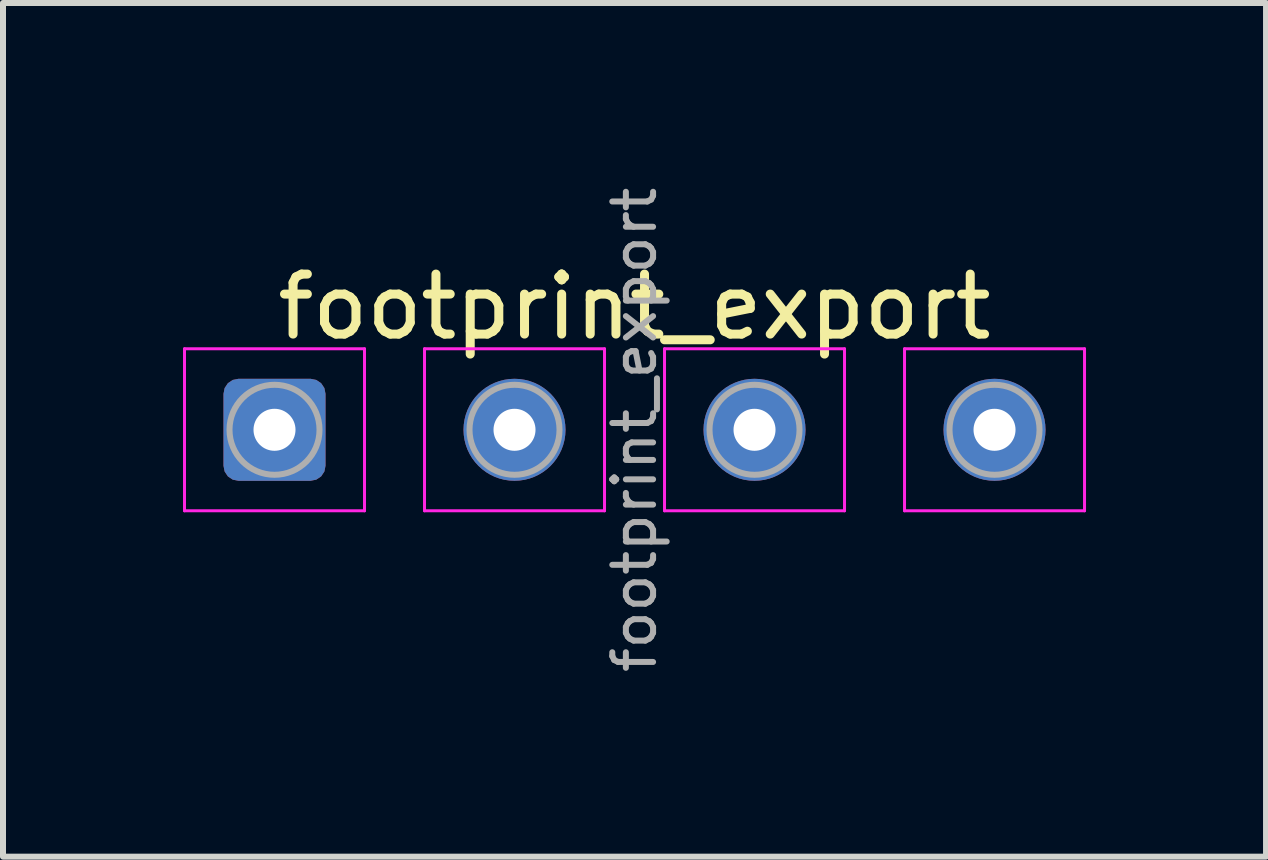
<source format=kicad_pcb>
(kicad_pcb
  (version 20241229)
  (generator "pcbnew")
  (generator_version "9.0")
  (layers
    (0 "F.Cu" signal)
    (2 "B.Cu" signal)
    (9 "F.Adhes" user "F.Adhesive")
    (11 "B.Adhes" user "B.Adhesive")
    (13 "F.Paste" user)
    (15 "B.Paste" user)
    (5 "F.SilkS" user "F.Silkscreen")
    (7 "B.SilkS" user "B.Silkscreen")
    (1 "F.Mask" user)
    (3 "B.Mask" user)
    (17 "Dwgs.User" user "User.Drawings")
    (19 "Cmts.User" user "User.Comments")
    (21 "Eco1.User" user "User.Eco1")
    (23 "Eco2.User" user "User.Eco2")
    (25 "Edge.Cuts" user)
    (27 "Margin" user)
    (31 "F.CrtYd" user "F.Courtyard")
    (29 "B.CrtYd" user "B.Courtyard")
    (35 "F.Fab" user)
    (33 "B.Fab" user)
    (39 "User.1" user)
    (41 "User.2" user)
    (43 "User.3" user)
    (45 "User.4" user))
  (footprint "footprint_export"
    (layer "F.Cu")
    (at 1.525 4.113)
    (property "Reference" "footprint_export" (at 6 -2.05 0) (layer "F.SilkS") (effects (font (size 1 1) (thickness 0.15))))
    (attr exclude_from_pos_files exclude_from_bom)
    (fp_line (start -1.5 -1.35) (end -1.5 1.35) (stroke (width 0.05) (type solid)) (layer "F.CrtYd"))
    (fp_line (start -1.5 1.35) (end 1.5 1.35) (stroke (width 0.05) (type solid)) (layer "F.CrtYd"))
    (fp_line (start 1.5 -1.35) (end -1.5 -1.35) (stroke (width 0.05) (type solid)) (layer "F.CrtYd"))
    (fp_line (start 1.5 1.35) (end 1.5 -1.35) (stroke (width 0.05) (type solid)) (layer "F.CrtYd"))
    (fp_line (start 2.5 -1.35) (end 2.5 1.35) (stroke (width 0.05) (type solid)) (layer "F.CrtYd"))
    (fp_line (start 2.5 1.35) (end 5.5 1.35) (stroke (width 0.05) (type solid)) (layer "F.CrtYd"))
    (fp_line (start 5.5 -1.35) (end 2.5 -1.35) (stroke (width 0.05) (type solid)) (layer "F.CrtYd"))
    (fp_line (start 5.5 1.35) (end 5.5 -1.35) (stroke (width 0.05) (type solid)) (layer "F.CrtYd"))
    (fp_line (start 6.5 -1.35) (end 6.5 1.35) (stroke (width 0.05) (type solid)) (layer "F.CrtYd"))
    (fp_line (start 6.5 1.35) (end 9.5 1.35) (stroke (width 0.05) (type solid)) (layer "F.CrtYd"))
    (fp_line (start 9.5 -1.35) (end 6.5 -1.35) (stroke (width 0.05) (type solid)) (layer "F.CrtYd"))
    (fp_line (start 9.5 1.35) (end 9.5 -1.35) (stroke (width 0.05) (type solid)) (layer "F.CrtYd"))
    (fp_line (start 10.5 -1.35) (end 10.5 1.35) (stroke (width 0.05) (type solid)) (layer "F.CrtYd"))
    (fp_line (start 10.5 1.35) (end 13.5 1.35) (stroke (width 0.05) (type solid)) (layer "F.CrtYd"))
    (fp_line (start 13.5 -1.35) (end 10.5 -1.35) (stroke (width 0.05) (type solid)) (layer "F.CrtYd"))
    (fp_line (start 13.5 1.35) (end 13.5 -1.35) (stroke (width 0.05) (type solid)) (layer "F.CrtYd"))
    (fp_circle (center 0 0) (end 0.75 0) (stroke (width 0.1) (type solid)) (fill no) (layer "F.Fab"))
    (fp_circle (center 4 0) (end 4.75 0) (stroke (width 0.1) (type solid)) (fill no) (layer "F.Fab"))
    (fp_circle (center 8 0) (end 8.75 0) (stroke (width 0.1) (type solid)) (fill no) (layer "F.Fab"))
    (fp_circle (center 12 0) (end 12.75 0) (stroke (width 0.1) (type solid)) (fill no) (layer "F.Fab"))
    (fp_text user "${REFERENCE}" (at 6 0 90) (layer "F.Fab") (effects (font (size 0.68 0.68) (thickness 0.1))))
    (pad "1" thru_hole roundrect (at 0 0) (size 1.7 1.7) (drill 0.7) (layers "*.Cu" "*.Mask") (roundrect_rratio 0.147))
    (pad "2" thru_hole circle (at 4 0) (size 1.7 1.7) (drill 0.7) (layers "*.Cu" "*.Mask"))
    (pad "3" thru_hole circle (at 8 0) (size 1.7 1.7) (drill 0.7) (layers "*.Cu" "*.Mask"))
    (pad "4" thru_hole circle (at 12 0) (size 1.7 1.7) (drill 0.7) (layers "*.Cu" "*.Mask")))
  (gr_rect
    (start -3 -3)
    (end 18.05 11.227)
    (stroke (width 0.1) (type default))
    (fill no)
    (layer "Edge.Cuts")))
</source>
